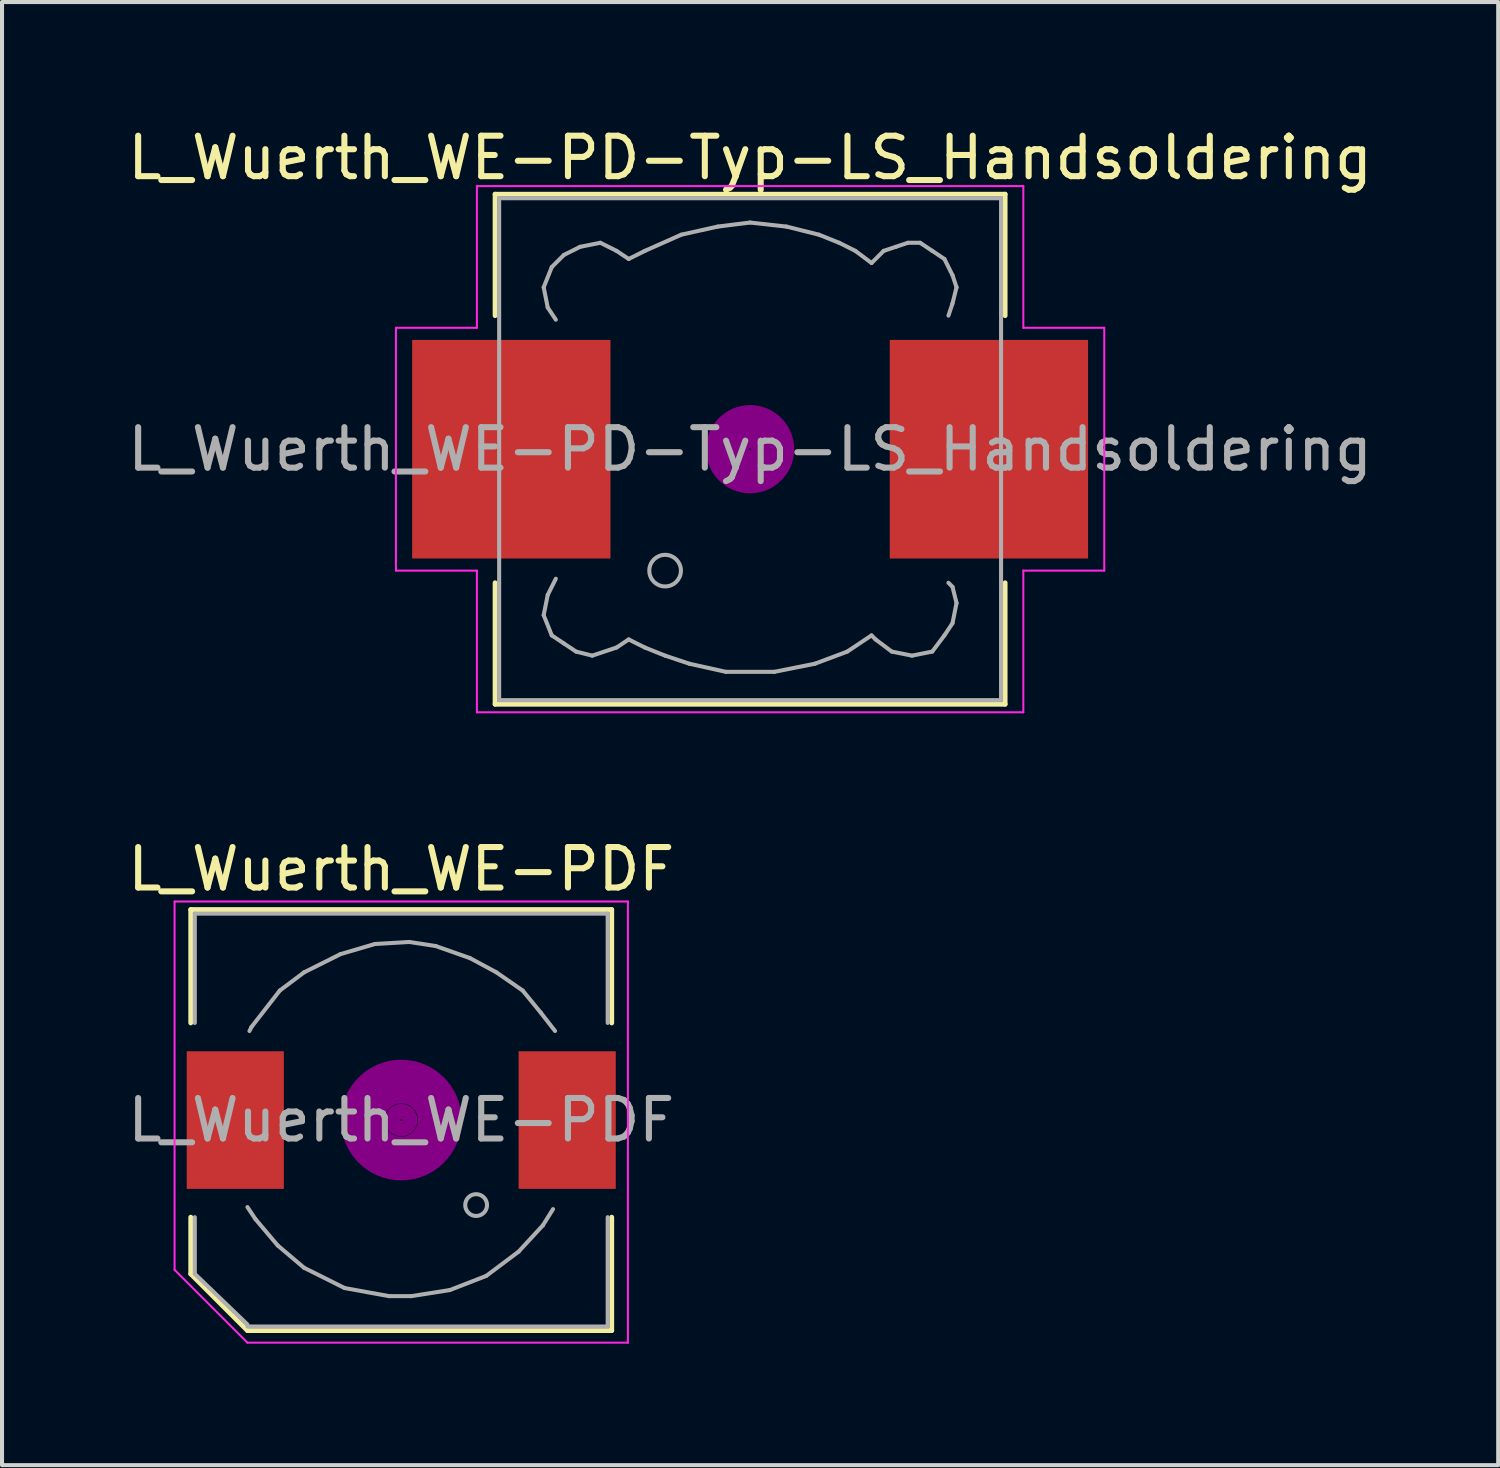
<source format=kicad_pcb>
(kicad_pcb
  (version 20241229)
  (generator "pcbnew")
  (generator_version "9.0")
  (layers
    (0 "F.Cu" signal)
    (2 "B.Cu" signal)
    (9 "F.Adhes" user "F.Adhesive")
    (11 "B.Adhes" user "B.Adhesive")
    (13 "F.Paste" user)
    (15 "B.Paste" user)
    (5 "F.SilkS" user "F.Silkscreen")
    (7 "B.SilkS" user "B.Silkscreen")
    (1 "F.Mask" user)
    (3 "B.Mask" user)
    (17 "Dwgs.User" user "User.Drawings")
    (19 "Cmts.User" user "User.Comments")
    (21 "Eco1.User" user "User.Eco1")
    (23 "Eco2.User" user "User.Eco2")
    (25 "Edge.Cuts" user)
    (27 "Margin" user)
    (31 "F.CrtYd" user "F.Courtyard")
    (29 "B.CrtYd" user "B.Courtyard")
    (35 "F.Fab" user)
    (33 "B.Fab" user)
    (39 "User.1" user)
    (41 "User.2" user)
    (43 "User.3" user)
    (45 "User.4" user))
  (footprint "L_Wuerth_WE-PD-Typ-LS_Handsoldering"
    (layer "F.Cu")
    (at 15.482 8.048)
    (property "Reference" "L_Wuerth_WE-PD-Typ-LS_Handsoldering" (at 0 -7.2 0) (layer "F.SilkS") (effects (font (size 1 1) (thickness 0.15))))
    (attr smd)
    (fp_line (start -6.3 -6.3) (end 6.3 -6.3) (stroke (width 0.12) (type solid)) (layer "F.SilkS"))
    (fp_line (start -6.3 -3.3) (end -6.3 -6.3) (stroke (width 0.12) (type solid)) (layer "F.SilkS"))
    (fp_line (start -6.3 6.3) (end -6.3 3.3) (stroke (width 0.12) (type solid)) (layer "F.SilkS"))
    (fp_line (start 6.3 -6.3) (end 6.3 -3.3) (stroke (width 0.12) (type solid)) (layer "F.SilkS"))
    (fp_line (start 6.3 3.3) (end 6.3 6.3) (stroke (width 0.12) (type solid)) (layer "F.SilkS"))
    (fp_line (start 6.3 6.3) (end -6.3 6.3) (stroke (width 0.12) (type solid)) (layer "F.SilkS"))
    (fp_circle (center 0 0) (end 0.15 0.15) (stroke (width 0.38) (type solid)) (fill no) (layer "F.Adhes"))
    (fp_circle (center 0 0) (end 0.55 0) (stroke (width 0.38) (type solid)) (fill no) (layer "F.Adhes"))
    (fp_circle (center 0 0) (end 0.9 0) (stroke (width 0.38) (type solid)) (fill no) (layer "F.Adhes"))
    (fp_line (start -8.75 -3) (end -6.75 -3) (stroke (width 0.05) (type solid)) (layer "F.CrtYd"))
    (fp_line (start -8.75 3) (end -8.75 -3) (stroke (width 0.05) (type solid)) (layer "F.CrtYd"))
    (fp_line (start -6.75 -6.5) (end 6.75 -6.5) (stroke (width 0.05) (type solid)) (layer "F.CrtYd"))
    (fp_line (start -6.75 -3) (end -6.75 -6.5) (stroke (width 0.05) (type solid)) (layer "F.CrtYd"))
    (fp_line (start -6.75 3) (end -8.75 3) (stroke (width 0.05) (type solid)) (layer "F.CrtYd"))
    (fp_line (start -6.75 6.5) (end -6.75 3) (stroke (width 0.05) (type solid)) (layer "F.CrtYd"))
    (fp_line (start 6.75 -6.5) (end 6.75 -3) (stroke (width 0.05) (type solid)) (layer "F.CrtYd"))
    (fp_line (start 6.75 -3) (end 8.75 -3) (stroke (width 0.05) (type solid)) (layer "F.CrtYd"))
    (fp_line (start 6.75 3) (end 6.75 6.5) (stroke (width 0.05) (type solid)) (layer "F.CrtYd"))
    (fp_line (start 6.75 6.5) (end -6.75 6.5) (stroke (width 0.05) (type solid)) (layer "F.CrtYd"))
    (fp_line (start 8.75 -3) (end 8.75 3) (stroke (width 0.05) (type solid)) (layer "F.CrtYd"))
    (fp_line (start 8.75 3) (end 6.75 3) (stroke (width 0.05) (type solid)) (layer "F.CrtYd"))
    (fp_line (start -6.2 -6.2) (end -6.2 -3.3) (stroke (width 0.1) (type solid)) (layer "F.Fab"))
    (fp_line (start -6.2 -3.3) (end -6.2 3.3) (stroke (width 0.1) (type solid)) (layer "F.Fab"))
    (fp_line (start -6.2 3.3) (end -6.2 6.2) (stroke (width 0.1) (type solid)) (layer "F.Fab"))
    (fp_line (start -6.2 6.2) (end 6.2 6.2) (stroke (width 0.1) (type solid)) (layer "F.Fab"))
    (fp_line (start -5.1 -4) (end -5 -3.5) (stroke (width 0.1) (type solid)) (layer "F.Fab"))
    (fp_line (start -5.1 4.1) (end -5 3.6) (stroke (width 0.1) (type solid)) (layer "F.Fab"))
    (fp_line (start -5 -3.5) (end -4.8 -3.2) (stroke (width 0.1) (type solid)) (layer "F.Fab"))
    (fp_line (start -5 3.6) (end -4.8 3.2) (stroke (width 0.1) (type solid)) (layer "F.Fab"))
    (fp_line (start -4.9 -4.5) (end -5.1 -4) (stroke (width 0.1) (type solid)) (layer "F.Fab"))
    (fp_line (start -4.9 4.6) (end -5.1 4.1) (stroke (width 0.1) (type solid)) (layer "F.Fab"))
    (fp_line (start -4.6 -4.8) (end -4.9 -4.5) (stroke (width 0.1) (type solid)) (layer "F.Fab"))
    (fp_line (start -4.6 4.8) (end -4.9 4.6) (stroke (width 0.1) (type solid)) (layer "F.Fab"))
    (fp_line (start -4.3 5) (end -4.6 4.8) (stroke (width 0.1) (type solid)) (layer "F.Fab"))
    (fp_line (start -4.2 -5) (end -4.6 -4.8) (stroke (width 0.1) (type solid)) (layer "F.Fab"))
    (fp_line (start -3.9 5.1) (end -4.3 5) (stroke (width 0.1) (type solid)) (layer "F.Fab"))
    (fp_line (start -3.7 -5.1) (end -4.2 -5) (stroke (width 0.1) (type solid)) (layer "F.Fab"))
    (fp_line (start -3.3 -4.9) (end -3.7 -5.1) (stroke (width 0.1) (type solid)) (layer "F.Fab"))
    (fp_line (start -3.3 4.9) (end -3.9 5.1) (stroke (width 0.1) (type solid)) (layer "F.Fab"))
    (fp_line (start -3 -4.7) (end -3.3 -4.9) (stroke (width 0.1) (type solid)) (layer "F.Fab"))
    (fp_line (start -3 4.7) (end -3.3 4.9) (stroke (width 0.1) (type solid)) (layer "F.Fab"))
    (fp_line (start -2.6 -4.9) (end -3 -4.7) (stroke (width 0.1) (type solid)) (layer "F.Fab"))
    (fp_line (start -2.6 4.9) (end -3 4.7) (stroke (width 0.1) (type solid)) (layer "F.Fab"))
    (fp_line (start -2.1 5.1) (end -2.6 4.9) (stroke (width 0.1) (type solid)) (layer "F.Fab"))
    (fp_line (start -1.7 -5.3) (end -2.6 -4.9) (stroke (width 0.1) (type solid)) (layer "F.Fab"))
    (fp_line (start -1.5 5.3) (end -2.1 5.1) (stroke (width 0.1) (type solid)) (layer "F.Fab"))
    (fp_line (start -0.8 -5.5) (end -1.7 -5.3) (stroke (width 0.1) (type solid)) (layer "F.Fab"))
    (fp_line (start -0.6 5.5) (end -1.5 5.3) (stroke (width 0.1) (type solid)) (layer "F.Fab"))
    (fp_line (start 0 -5.6) (end -0.8 -5.5) (stroke (width 0.1) (type solid)) (layer "F.Fab"))
    (fp_line (start 0.6 5.5) (end -0.6 5.5) (stroke (width 0.1) (type solid)) (layer "F.Fab"))
    (fp_line (start 0.9 -5.5) (end 0 -5.6) (stroke (width 0.1) (type solid)) (layer "F.Fab"))
    (fp_line (start 1.6 5.3) (end 0.6 5.5) (stroke (width 0.1) (type solid)) (layer "F.Fab"))
    (fp_line (start 1.7 -5.3) (end 0.9 -5.5) (stroke (width 0.1) (type solid)) (layer "F.Fab"))
    (fp_line (start 2.2 -5.1) (end 1.7 -5.3) (stroke (width 0.1) (type solid)) (layer "F.Fab"))
    (fp_line (start 2.4 5) (end 1.6 5.3) (stroke (width 0.1) (type solid)) (layer "F.Fab"))
    (fp_line (start 2.6 -4.9) (end 2.2 -5.1) (stroke (width 0.1) (type solid)) (layer "F.Fab"))
    (fp_line (start 3 -4.6) (end 2.6 -4.9) (stroke (width 0.1) (type solid)) (layer "F.Fab"))
    (fp_line (start 3 4.6) (end 2.4 5) (stroke (width 0.1) (type solid)) (layer "F.Fab"))
    (fp_line (start 3.1 4.7) (end 3 4.6) (stroke (width 0.1) (type solid)) (layer "F.Fab"))
    (fp_line (start 3.3 -4.9) (end 3 -4.6) (stroke (width 0.1) (type solid)) (layer "F.Fab"))
    (fp_line (start 3.5 5) (end 3.1 4.7) (stroke (width 0.1) (type solid)) (layer "F.Fab"))
    (fp_line (start 3.6 -5) (end 3.3 -4.9) (stroke (width 0.1) (type solid)) (layer "F.Fab"))
    (fp_line (start 3.9 -5.1) (end 3.6 -5) (stroke (width 0.1) (type solid)) (layer "F.Fab"))
    (fp_line (start 4 5.1) (end 3.5 5) (stroke (width 0.1) (type solid)) (layer "F.Fab"))
    (fp_line (start 4.2 -5.1) (end 3.9 -5.1) (stroke (width 0.1) (type solid)) (layer "F.Fab"))
    (fp_line (start 4.5 -4.9) (end 4.2 -5.1) (stroke (width 0.1) (type solid)) (layer "F.Fab"))
    (fp_line (start 4.5 5) (end 4 5.1) (stroke (width 0.1) (type solid)) (layer "F.Fab"))
    (fp_line (start 4.8 -4.7) (end 4.5 -4.9) (stroke (width 0.1) (type solid)) (layer "F.Fab"))
    (fp_line (start 4.8 4.6) (end 4.5 5) (stroke (width 0.1) (type solid)) (layer "F.Fab"))
    (fp_line (start 4.9 -3.3) (end 5 -3.6) (stroke (width 0.1) (type solid)) (layer "F.Fab"))
    (fp_line (start 4.9 3.3) (end 5 3.4) (stroke (width 0.1) (type solid)) (layer "F.Fab"))
    (fp_line (start 5 -4.3) (end 4.8 -4.7) (stroke (width 0.1) (type solid)) (layer "F.Fab"))
    (fp_line (start 5 -3.6) (end 5.1 -4) (stroke (width 0.1) (type solid)) (layer "F.Fab"))
    (fp_line (start 5 3.4) (end 5.1 3.8) (stroke (width 0.1) (type solid)) (layer "F.Fab"))
    (fp_line (start 5 4.3) (end 4.8 4.6) (stroke (width 0.1) (type solid)) (layer "F.Fab"))
    (fp_line (start 5.1 -4) (end 5 -4.3) (stroke (width 0.1) (type solid)) (layer "F.Fab"))
    (fp_line (start 5.1 3.8) (end 5 4.3) (stroke (width 0.1) (type solid)) (layer "F.Fab"))
    (fp_line (start 6.2 -6.2) (end -6.2 -6.2) (stroke (width 0.1) (type solid)) (layer "F.Fab"))
    (fp_line (start 6.2 -6.2) (end 6.2 -3.3) (stroke (width 0.1) (type solid)) (layer "F.Fab"))
    (fp_line (start 6.2 3.3) (end 6.2 -3.4) (stroke (width 0.1) (type solid)) (layer "F.Fab"))
    (fp_line (start 6.2 6.2) (end 6.2 3.3) (stroke (width 0.1) (type solid)) (layer "F.Fab"))
    (fp_circle (center -2.1 3) (end -1.8 3.25) (stroke (width 0.1) (type solid)) (fill no) (layer "F.Fab"))
    (fp_text user "${REFERENCE}" (at 0 0 0) (layer "F.Fab") (effects (font (size 1 1) (thickness 0.15))))
    (pad "1" smd rect (at -5.9 0) (size 4.9 5.4) (layers "F.Cu" "F.Mask" "F.Paste"))
    (pad "2" smd rect (at 5.9 0) (size 4.9 5.4) (layers "F.Cu" "F.Mask" "F.Paste")))
  (footprint "L_Wuerth_WE-PDF"
    (layer "F.Cu")
    (at 6.863 24.622)
    (property "Reference" "L_Wuerth_WE-PDF" (at 0 -6.2 0) (layer "F.SilkS") (effects (font (size 1 1) (thickness 0.15))))
    (attr smd)
    (fp_line (start -5.2 -5.2) (end 5.2 -5.2) (stroke (width 0.12) (type solid)) (layer "F.SilkS"))
    (fp_line (start -5.2 -2.4) (end -5.2 -5.2) (stroke (width 0.12) (type solid)) (layer "F.SilkS"))
    (fp_line (start -5.2 3.8) (end -5.2 2.4) (stroke (width 0.12) (type solid)) (layer "F.SilkS"))
    (fp_line (start -3.8 5.2) (end -5.2 3.8) (stroke (width 0.12) (type solid)) (layer "F.SilkS"))
    (fp_line (start 5.2 -5.2) (end 5.2 -2.4) (stroke (width 0.12) (type solid)) (layer "F.SilkS"))
    (fp_line (start 5.2 2.4) (end 5.2 5.2) (stroke (width 0.12) (type solid)) (layer "F.SilkS"))
    (fp_line (start 5.2 5.2) (end -3.8 5.2) (stroke (width 0.12) (type solid)) (layer "F.SilkS"))
    (fp_circle (center 0 0) (end 0.15 0.15) (stroke (width 0.38) (type solid)) (fill no) (layer "F.Adhes"))
    (fp_circle (center 0 0) (end 0.6 0.05) (stroke (width 0.38) (type solid)) (fill no) (layer "F.Adhes"))
    (fp_circle (center 0 0) (end 0.95 0) (stroke (width 0.38) (type solid)) (fill no) (layer "F.Adhes"))
    (fp_circle (center 0 0) (end 1.3 0.05) (stroke (width 0.38) (type solid)) (fill no) (layer "F.Adhes"))
    (fp_line (start -5.6 -5.4) (end 5.6 -5.4) (stroke (width 0.05) (type solid)) (layer "F.CrtYd"))
    (fp_line (start -5.6 3.7) (end -5.6 -5.4) (stroke (width 0.05) (type solid)) (layer "F.CrtYd"))
    (fp_line (start -3.8 5.5) (end -5.6 3.7) (stroke (width 0.05) (type solid)) (layer "F.CrtYd"))
    (fp_line (start 5.6 -5.4) (end 5.6 5.5) (stroke (width 0.05) (type solid)) (layer "F.CrtYd"))
    (fp_line (start 5.6 5.5) (end -3.8 5.5) (stroke (width 0.05) (type solid)) (layer "F.CrtYd"))
    (fp_line (start -5.1 -5.1) (end -5.1 -2.4) (stroke (width 0.1) (type solid)) (layer "F.Fab"))
    (fp_line (start -5.1 2.4) (end -5.1 3.8) (stroke (width 0.1) (type solid)) (layer "F.Fab"))
    (fp_line (start -5.1 3.8) (end -3.8 5.05) (stroke (width 0.1) (type solid)) (layer "F.Fab"))
    (fp_line (start -3.8 2.15) (end -3.6 2.45) (stroke (width 0.1) (type solid)) (layer "F.Fab"))
    (fp_line (start -3.7 -2.3) (end -3.75 -2.2) (stroke (width 0.1) (type solid)) (layer "F.Fab"))
    (fp_line (start -3.6 2.45) (end -3.05 3.1) (stroke (width 0.1) (type solid)) (layer "F.Fab"))
    (fp_line (start -3.05 3.1) (end -2.4 3.65) (stroke (width 0.1) (type solid)) (layer "F.Fab"))
    (fp_line (start -3 -3.2) (end -3.7 -2.3) (stroke (width 0.1) (type solid)) (layer "F.Fab"))
    (fp_line (start -2.4 -3.65) (end -3 -3.2) (stroke (width 0.1) (type solid)) (layer "F.Fab"))
    (fp_line (start -2.4 3.65) (end -1.4 4.15) (stroke (width 0.1) (type solid)) (layer "F.Fab"))
    (fp_line (start -1.5 -4.1) (end -2.4 -3.65) (stroke (width 0.1) (type solid)) (layer "F.Fab"))
    (fp_line (start -1.4 4.15) (end -0.3 4.35) (stroke (width 0.1) (type solid)) (layer "F.Fab"))
    (fp_line (start -0.65 -4.35) (end -1.5 -4.1) (stroke (width 0.1) (type solid)) (layer "F.Fab"))
    (fp_line (start -0.3 4.35) (end 0.25 4.35) (stroke (width 0.1) (type solid)) (layer "F.Fab"))
    (fp_line (start 0.2 -4.4) (end -0.65 -4.35) (stroke (width 0.1) (type solid)) (layer "F.Fab"))
    (fp_line (start 0.25 4.35) (end 1.2 4.2) (stroke (width 0.1) (type solid)) (layer "F.Fab"))
    (fp_line (start 0.85 -4.3) (end 0.2 -4.4) (stroke (width 0.1) (type solid)) (layer "F.Fab"))
    (fp_line (start 1.2 4.2) (end 2.1 3.85) (stroke (width 0.1) (type solid)) (layer "F.Fab"))
    (fp_line (start 1.7 -4) (end 0.85 -4.3) (stroke (width 0.1) (type solid)) (layer "F.Fab"))
    (fp_line (start 2.1 3.85) (end 2.9 3.25) (stroke (width 0.1) (type solid)) (layer "F.Fab"))
    (fp_line (start 2.35 -3.65) (end 1.7 -4) (stroke (width 0.1) (type solid)) (layer "F.Fab"))
    (fp_line (start 2.9 3.25) (end 3.5 2.6) (stroke (width 0.1) (type solid)) (layer "F.Fab"))
    (fp_line (start 3 -3.2) (end 2.35 -3.65) (stroke (width 0.1) (type solid)) (layer "F.Fab"))
    (fp_line (start 3.45 -2.65) (end 3 -3.2) (stroke (width 0.1) (type solid)) (layer "F.Fab"))
    (fp_line (start 3.5 2.6) (end 3.75 2.2) (stroke (width 0.1) (type solid)) (layer "F.Fab"))
    (fp_line (start 3.8 -2.2) (end 3.45 -2.65) (stroke (width 0.1) (type solid)) (layer "F.Fab"))
    (fp_line (start 5.1 -5.1) (end -5.1 -5.1) (stroke (width 0.1) (type solid)) (layer "F.Fab"))
    (fp_line (start 5.1 -5.1) (end 5.1 -2.4) (stroke (width 0.1) (type solid)) (layer "F.Fab"))
    (fp_line (start 5.1 5.1) (end -3.8 5.1) (stroke (width 0.1) (type solid)) (layer "F.Fab"))
    (fp_line (start 5.1 5.1) (end 5.1 2.4) (stroke (width 0.1) (type solid)) (layer "F.Fab"))
    (fp_circle (center 1.85 2.1) (end 2.1 2.2) (stroke (width 0.1) (type solid)) (fill no) (layer "F.Fab"))
    (fp_text user "${REFERENCE}" (at 0 0 0) (layer "F.Fab") (effects (font (size 1 1) (thickness 0.15))))
    (pad "1" smd rect (at -4.1 0) (size 2.4 3.4) (layers "F.Cu" "F.Mask" "F.Paste"))
    (pad "2" smd rect (at 4.1 0) (size 2.4 3.4) (layers "F.Cu" "F.Mask" "F.Paste")))
  (gr_rect
    (start -3 -3)
    (end 33.964 33.147)
    (stroke (width 0.1) (type default))
    (fill no)
    (layer "Edge.Cuts")))
</source>
